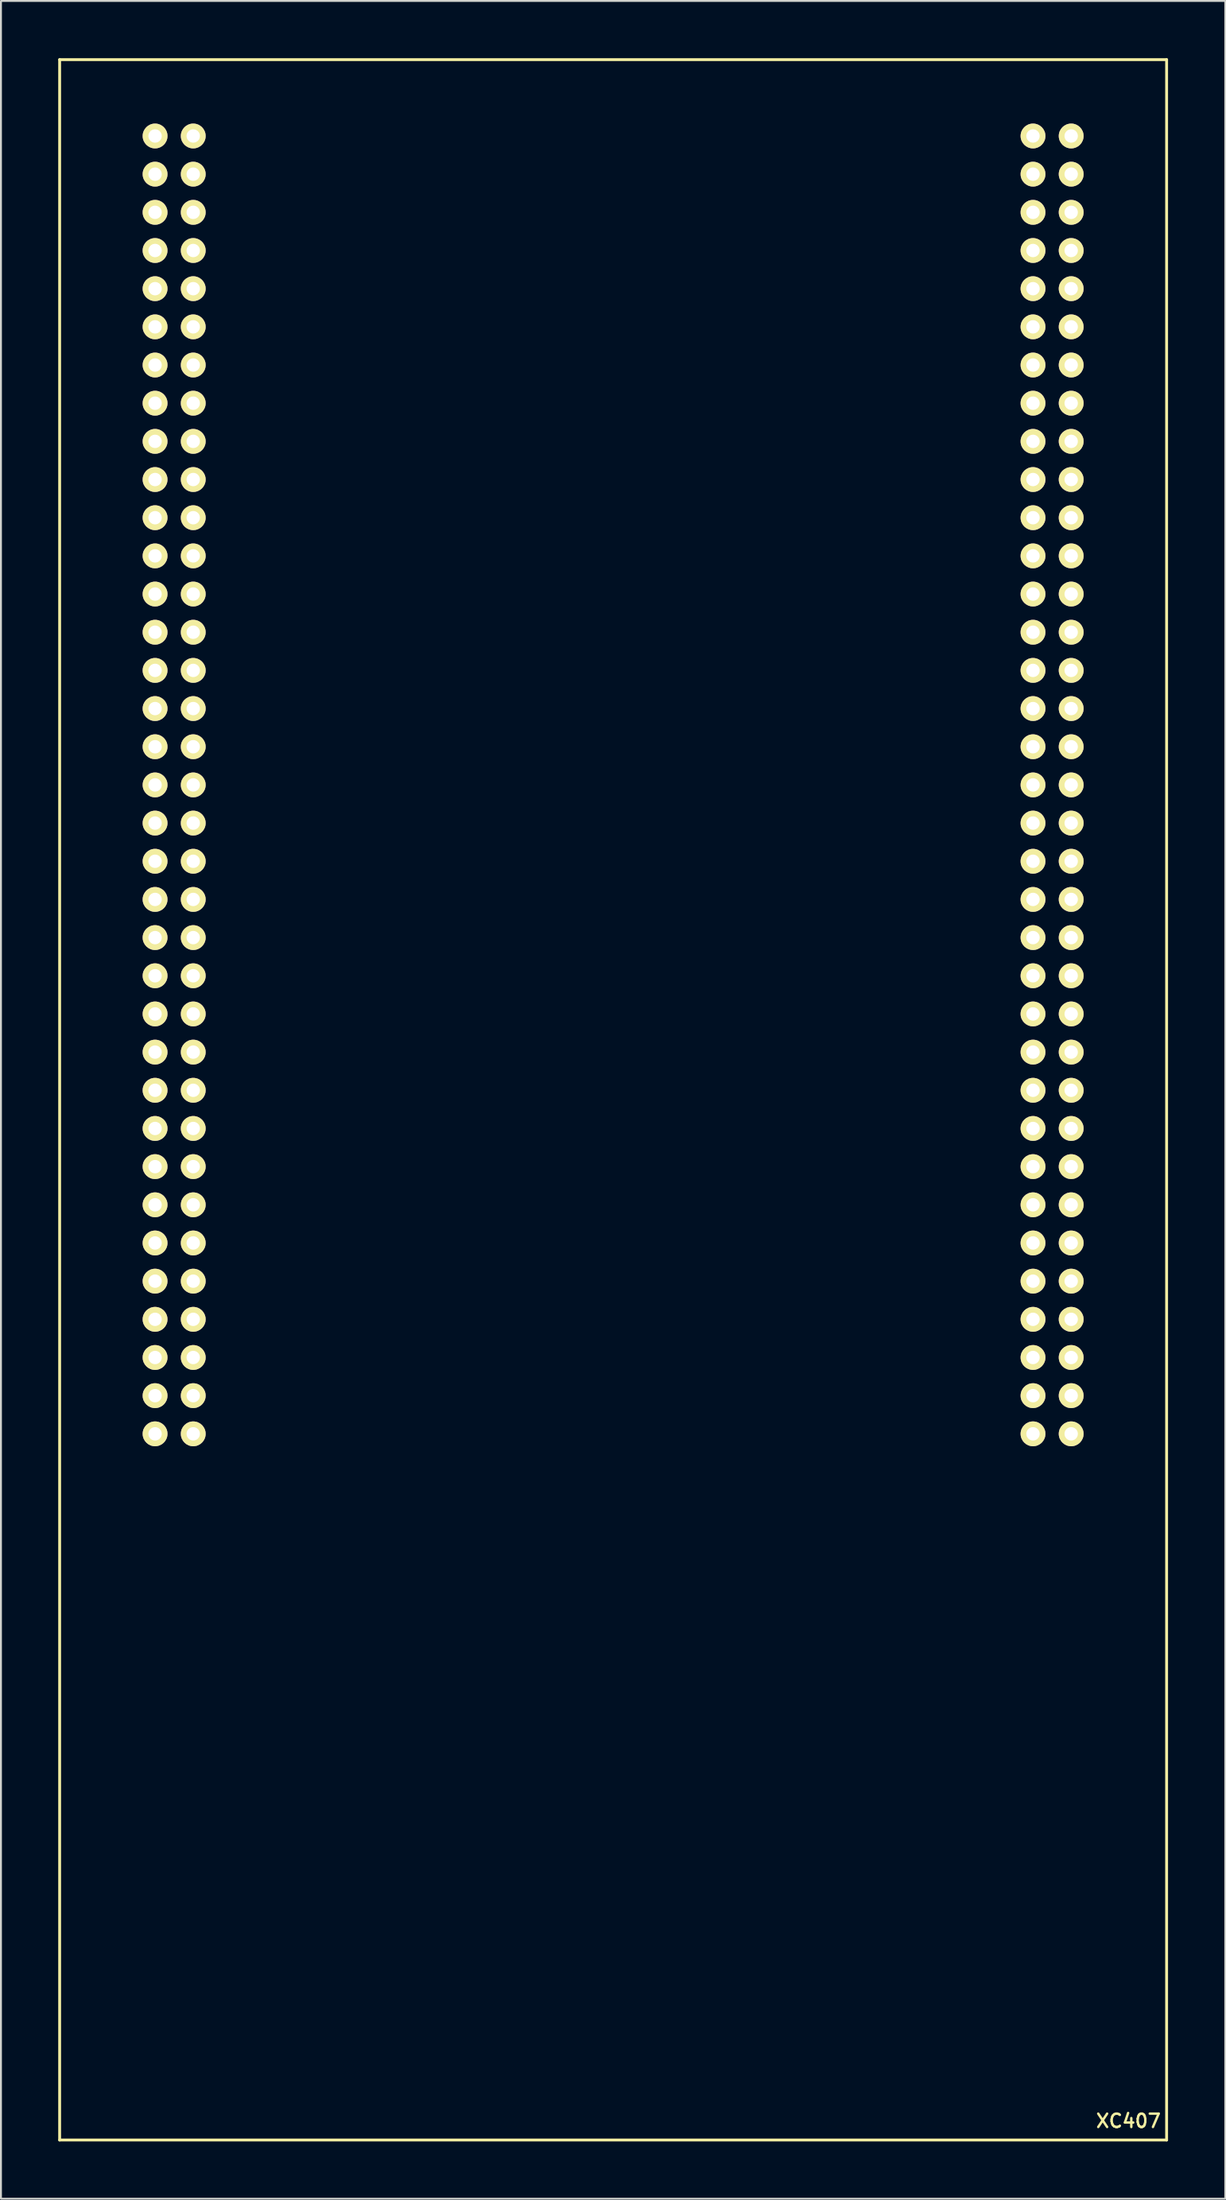
<source format=kicad_pcb>
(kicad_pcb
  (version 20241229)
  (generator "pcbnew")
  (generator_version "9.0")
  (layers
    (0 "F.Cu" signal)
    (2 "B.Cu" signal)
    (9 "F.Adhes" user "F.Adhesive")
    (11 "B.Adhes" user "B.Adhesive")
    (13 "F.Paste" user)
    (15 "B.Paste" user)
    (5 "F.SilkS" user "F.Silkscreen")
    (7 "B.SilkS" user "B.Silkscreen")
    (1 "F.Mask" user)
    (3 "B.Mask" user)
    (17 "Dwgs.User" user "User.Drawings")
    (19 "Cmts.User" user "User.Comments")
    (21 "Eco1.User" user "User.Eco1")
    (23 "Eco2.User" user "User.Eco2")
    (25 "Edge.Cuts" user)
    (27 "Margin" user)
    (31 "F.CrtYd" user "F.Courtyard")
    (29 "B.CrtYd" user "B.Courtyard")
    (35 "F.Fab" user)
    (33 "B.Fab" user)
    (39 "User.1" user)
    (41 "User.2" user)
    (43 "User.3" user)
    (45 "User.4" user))
  (footprint "XC407"
    (layer "F.Cu")
    (at 29.075 72.075)
    (property "Reference" "XC407" (at 27 36 0) (layer "F.SilkS") (effects (font (size 0.7 0.7) (thickness 0.127))))
    (attr through_hole)
    (fp_line (start -29 -72) (end 29 -72) (stroke (width 0.15) (type solid)) (layer "F.SilkS"))
    (fp_line (start -29 37) (end -29 -72) (stroke (width 0.15) (type solid)) (layer "F.SilkS"))
    (fp_line (start 29 -72) (end 29 37) (stroke (width 0.15) (type solid)) (layer "F.SilkS"))
    (fp_line (start 29 37) (end -29 37) (stroke (width 0.15) (type solid)) (layer "F.SilkS"))
    (pad "1" thru_hole circle (at 24 0 270) (size 1.3 1.3) (drill 0.7) (layers "*.Cu" "*.Mask" "F.SilkS"))
    (pad "2" thru_hole circle (at 22 0 270) (size 1.3 1.3) (drill 0.7) (layers "*.Cu" "*.Mask" "F.SilkS"))
    (pad "3" thru_hole circle (at 24 -2 270) (size 1.3 1.3) (drill 0.7) (layers "*.Cu" "*.Mask" "F.SilkS"))
    (pad "4" thru_hole circle (at 22 -2 270) (size 1.3 1.3) (drill 0.7) (layers "*.Cu" "*.Mask" "F.SilkS"))
    (pad "5" thru_hole circle (at 24 -4 270) (size 1.3 1.3) (drill 0.7) (layers "*.Cu" "*.Mask" "F.SilkS"))
    (pad "6" thru_hole circle (at 22 -4 270) (size 1.3 1.3) (drill 0.7) (layers "*.Cu" "*.Mask" "F.SilkS"))
    (pad "7" thru_hole circle (at 24 -6 270) (size 1.3 1.3) (drill 0.7) (layers "*.Cu" "*.Mask" "F.SilkS"))
    (pad "8" thru_hole circle (at 22 -6 270) (size 1.3 1.3) (drill 0.7) (layers "*.Cu" "*.Mask" "F.SilkS"))
    (pad "9" thru_hole circle (at 24 -8 270) (size 1.3 1.3) (drill 0.7) (layers "*.Cu" "*.Mask" "F.SilkS"))
    (pad "10" thru_hole circle (at 22 -8 270) (size 1.3 1.3) (drill 0.7) (layers "*.Cu" "*.Mask" "F.SilkS"))
    (pad "11" thru_hole circle (at 24 -10 270) (size 1.3 1.3) (drill 0.7) (layers "*.Cu" "*.Mask" "F.SilkS"))
    (pad "12" thru_hole circle (at 22 -10 270) (size 1.3 1.3) (drill 0.7) (layers "*.Cu" "*.Mask" "F.SilkS"))
    (pad "13" thru_hole circle (at 24 -12 270) (size 1.3 1.3) (drill 0.7) (layers "*.Cu" "*.Mask" "F.SilkS"))
    (pad "14" thru_hole circle (at 22 -12 270) (size 1.3 1.3) (drill 0.7) (layers "*.Cu" "*.Mask" "F.SilkS"))
    (pad "15" thru_hole circle (at 24 -14 270) (size 1.3 1.3) (drill 0.7) (layers "*.Cu" "*.Mask" "F.SilkS"))
    (pad "16" thru_hole circle (at 22 -14 270) (size 1.3 1.3) (drill 0.7) (layers "*.Cu" "*.Mask" "F.SilkS"))
    (pad "17" thru_hole circle (at 24 -16 270) (size 1.3 1.3) (drill 0.7) (layers "*.Cu" "*.Mask" "F.SilkS"))
    (pad "18" thru_hole circle (at 22 -16 270) (size 1.3 1.3) (drill 0.7) (layers "*.Cu" "*.Mask" "F.SilkS"))
    (pad "19" thru_hole circle (at 24 -18 270) (size 1.3 1.3) (drill 0.7) (layers "*.Cu" "*.Mask" "F.SilkS"))
    (pad "20" thru_hole circle (at 22 -18 270) (size 1.3 1.3) (drill 0.7) (layers "*.Cu" "*.Mask" "F.SilkS"))
    (pad "21" thru_hole circle (at 24 -20 270) (size 1.3 1.3) (drill 0.7) (layers "*.Cu" "*.Mask" "F.SilkS"))
    (pad "22" thru_hole circle (at 22 -20 270) (size 1.3 1.3) (drill 0.7) (layers "*.Cu" "*.Mask" "F.SilkS"))
    (pad "23" thru_hole circle (at 24 -22 270) (size 1.3 1.3) (drill 0.7) (layers "*.Cu" "*.Mask" "F.SilkS"))
    (pad "24" thru_hole circle (at 22 -22 270) (size 1.3 1.3) (drill 0.7) (layers "*.Cu" "*.Mask" "F.SilkS"))
    (pad "25" thru_hole circle (at 24 -24 270) (size 1.3 1.3) (drill 0.7) (layers "*.Cu" "*.Mask" "F.SilkS"))
    (pad "26" thru_hole circle (at 22 -24 270) (size 1.3 1.3) (drill 0.7) (layers "*.Cu" "*.Mask" "F.SilkS"))
    (pad "27" thru_hole circle (at 24 -26 270) (size 1.3 1.3) (drill 0.7) (layers "*.Cu" "*.Mask" "F.SilkS"))
    (pad "28" thru_hole circle (at 22 -26 270) (size 1.3 1.3) (drill 0.7) (layers "*.Cu" "*.Mask" "F.SilkS"))
    (pad "29" thru_hole circle (at 24 -28 270) (size 1.3 1.3) (drill 0.7) (layers "*.Cu" "*.Mask" "F.SilkS"))
    (pad "30" thru_hole circle (at 22 -28 270) (size 1.3 1.3) (drill 0.7) (layers "*.Cu" "*.Mask" "F.SilkS"))
    (pad "31" thru_hole circle (at 24 -30 270) (size 1.3 1.3) (drill 0.7) (layers "*.Cu" "*.Mask" "F.SilkS"))
    (pad "32" thru_hole circle (at 22 -30 270) (size 1.3 1.3) (drill 0.7) (layers "*.Cu" "*.Mask" "F.SilkS"))
    (pad "33" thru_hole circle (at 24 -32 270) (size 1.3 1.3) (drill 0.7) (layers "*.Cu" "*.Mask" "F.SilkS"))
    (pad "34" thru_hole circle (at 22 -32 270) (size 1.3 1.3) (drill 0.7) (layers "*.Cu" "*.Mask" "F.SilkS"))
    (pad "35" thru_hole circle (at 24 -34 270) (size 1.3 1.3) (drill 0.7) (layers "*.Cu" "*.Mask" "F.SilkS"))
    (pad "36" thru_hole circle (at 22 -34 270) (size 1.3 1.3) (drill 0.7) (layers "*.Cu" "*.Mask" "F.SilkS"))
    (pad "37" thru_hole circle (at 24 -36 270) (size 1.3 1.3) (drill 0.7) (layers "*.Cu" "*.Mask" "F.SilkS"))
    (pad "38" thru_hole circle (at 22 -36 270) (size 1.3 1.3) (drill 0.7) (layers "*.Cu" "*.Mask" "F.SilkS"))
    (pad "39" thru_hole circle (at 24 -38 270) (size 1.3 1.3) (drill 0.7) (layers "*.Cu" "*.Mask" "F.SilkS"))
    (pad "40" thru_hole circle (at 22 -38 270) (size 1.3 1.3) (drill 0.7) (layers "*.Cu" "*.Mask" "F.SilkS"))
    (pad "41" thru_hole circle (at 24 -40 270) (size 1.3 1.3) (drill 0.7) (layers "*.Cu" "*.Mask" "F.SilkS"))
    (pad "42" thru_hole circle (at 22 -40 270) (size 1.3 1.3) (drill 0.7) (layers "*.Cu" "*.Mask" "F.SilkS"))
    (pad "43" thru_hole circle (at 24 -42 270) (size 1.3 1.3) (drill 0.7) (layers "*.Cu" "*.Mask" "F.SilkS"))
    (pad "44" thru_hole circle (at 22 -42 270) (size 1.3 1.3) (drill 0.7) (layers "*.Cu" "*.Mask" "F.SilkS"))
    (pad "45" thru_hole circle (at 24 -44 270) (size 1.3 1.3) (drill 0.7) (layers "*.Cu" "*.Mask" "F.SilkS"))
    (pad "46" thru_hole circle (at 22 -44 270) (size 1.3 1.3) (drill 0.7) (layers "*.Cu" "*.Mask" "F.SilkS"))
    (pad "47" thru_hole circle (at 24 -46 270) (size 1.3 1.3) (drill 0.7) (layers "*.Cu" "*.Mask" "F.SilkS"))
    (pad "48" thru_hole circle (at 22 -46 270) (size 1.3 1.3) (drill 0.7) (layers "*.Cu" "*.Mask" "F.SilkS"))
    (pad "49" thru_hole circle (at 24 -48 270) (size 1.3 1.3) (drill 0.7) (layers "*.Cu" "*.Mask" "F.SilkS"))
    (pad "50" thru_hole circle (at 22 -48 270) (size 1.3 1.3) (drill 0.7) (layers "*.Cu" "*.Mask" "F.SilkS"))
    (pad "51" thru_hole circle (at 24 -50 270) (size 1.3 1.3) (drill 0.7) (layers "*.Cu" "*.Mask" "F.SilkS"))
    (pad "52" thru_hole circle (at 22 -50 270) (size 1.3 1.3) (drill 0.7) (layers "*.Cu" "*.Mask" "F.SilkS"))
    (pad "53" thru_hole circle (at 24 -52 270) (size 1.3 1.3) (drill 0.7) (layers "*.Cu" "*.Mask" "F.SilkS"))
    (pad "54" thru_hole circle (at 22 -52 270) (size 1.3 1.3) (drill 0.7) (layers "*.Cu" "*.Mask" "F.SilkS"))
    (pad "55" thru_hole circle (at 24 -54 270) (size 1.3 1.3) (drill 0.7) (layers "*.Cu" "*.Mask" "F.SilkS"))
    (pad "56" thru_hole circle (at 22 -54 270) (size 1.3 1.3) (drill 0.7) (layers "*.Cu" "*.Mask" "F.SilkS"))
    (pad "57" thru_hole circle (at 24 -56 270) (size 1.3 1.3) (drill 0.7) (layers "*.Cu" "*.Mask" "F.SilkS"))
    (pad "58" thru_hole circle (at 22 -56 270) (size 1.3 1.3) (drill 0.7) (layers "*.Cu" "*.Mask" "F.SilkS"))
    (pad "59" thru_hole circle (at 24 -58 270) (size 1.3 1.3) (drill 0.7) (layers "*.Cu" "*.Mask" "F.SilkS"))
    (pad "60" thru_hole circle (at 22 -58 270) (size 1.3 1.3) (drill 0.7) (layers "*.Cu" "*.Mask" "F.SilkS"))
    (pad "61" thru_hole circle (at 24 -60 270) (size 1.3 1.3) (drill 0.7) (layers "*.Cu" "*.Mask" "F.SilkS"))
    (pad "62" thru_hole circle (at 22 -60 270) (size 1.3 1.3) (drill 0.7) (layers "*.Cu" "*.Mask" "F.SilkS"))
    (pad "63" thru_hole circle (at 24 -62 270) (size 1.3 1.3) (drill 0.7) (layers "*.Cu" "*.Mask" "F.SilkS"))
    (pad "64" thru_hole circle (at 22 -62 270) (size 1.3 1.3) (drill 0.7) (layers "*.Cu" "*.Mask" "F.SilkS"))
    (pad "65" thru_hole circle (at 24 -64 270) (size 1.3 1.3) (drill 0.7) (layers "*.Cu" "*.Mask" "F.SilkS"))
    (pad "66" thru_hole circle (at 22 -64 270) (size 1.3 1.3) (drill 0.7) (layers "*.Cu" "*.Mask" "F.SilkS"))
    (pad "67" thru_hole circle (at 24 -66 270) (size 1.3 1.3) (drill 0.7) (layers "*.Cu" "*.Mask" "F.SilkS"))
    (pad "68" thru_hole circle (at 22 -66 270) (size 1.3 1.3) (drill 0.7) (layers "*.Cu" "*.Mask" "F.SilkS"))
    (pad "69" thru_hole circle (at 24 -68 270) (size 1.3 1.3) (drill 0.7) (layers "*.Cu" "*.Mask" "F.SilkS"))
    (pad "70" thru_hole circle (at 22 -68 270) (size 1.3 1.3) (drill 0.7) (layers "*.Cu" "*.Mask" "F.SilkS"))
    (pad "71" thru_hole circle (at -24 -68 270) (size 1.3 1.3) (drill 0.7) (layers "*.Cu" "*.Mask" "F.SilkS"))
    (pad "72" thru_hole circle (at -22 -68 270) (size 1.3 1.3) (drill 0.7) (layers "*.Cu" "*.Mask" "F.SilkS"))
    (pad "73" thru_hole circle (at -24 -66 270) (size 1.3 1.3) (drill 0.7) (layers "*.Cu" "*.Mask" "F.SilkS"))
    (pad "74" thru_hole circle (at -22 -66 270) (size 1.3 1.3) (drill 0.7) (layers "*.Cu" "*.Mask" "F.SilkS"))
    (pad "75" thru_hole circle (at -24 -64 270) (size 1.3 1.3) (drill 0.7) (layers "*.Cu" "*.Mask" "F.SilkS"))
    (pad "76" thru_hole circle (at -22 -64 270) (size 1.3 1.3) (drill 0.7) (layers "*.Cu" "*.Mask" "F.SilkS"))
    (pad "77" thru_hole circle (at -24 -62 270) (size 1.3 1.3) (drill 0.7) (layers "*.Cu" "*.Mask" "F.SilkS"))
    (pad "78" thru_hole circle (at -22 -62 270) (size 1.3 1.3) (drill 0.7) (layers "*.Cu" "*.Mask" "F.SilkS"))
    (pad "79" thru_hole circle (at -24 -60 270) (size 1.3 1.3) (drill 0.7) (layers "*.Cu" "*.Mask" "F.SilkS"))
    (pad "80" thru_hole circle (at -22 -60 270) (size 1.3 1.3) (drill 0.7) (layers "*.Cu" "*.Mask" "F.SilkS"))
    (pad "81" thru_hole circle (at -24 -58 270) (size 1.3 1.3) (drill 0.7) (layers "*.Cu" "*.Mask" "F.SilkS"))
    (pad "82" thru_hole circle (at -22 -58 270) (size 1.3 1.3) (drill 0.7) (layers "*.Cu" "*.Mask" "F.SilkS"))
    (pad "83" thru_hole circle (at -24 -56 270) (size 1.3 1.3) (drill 0.7) (layers "*.Cu" "*.Mask" "F.SilkS"))
    (pad "84" thru_hole circle (at -22 -56 270) (size 1.3 1.3) (drill 0.7) (layers "*.Cu" "*.Mask" "F.SilkS"))
    (pad "85" thru_hole circle (at -24 -54 270) (size 1.3 1.3) (drill 0.7) (layers "*.Cu" "*.Mask" "F.SilkS"))
    (pad "86" thru_hole circle (at -22 -54 270) (size 1.3 1.3) (drill 0.7) (layers "*.Cu" "*.Mask" "F.SilkS"))
    (pad "87" thru_hole circle (at -24 -52 270) (size 1.3 1.3) (drill 0.7) (layers "*.Cu" "*.Mask" "F.SilkS"))
    (pad "88" thru_hole circle (at -22 -52 270) (size 1.3 1.3) (drill 0.7) (layers "*.Cu" "*.Mask" "F.SilkS"))
    (pad "89" thru_hole circle (at -24 -50 270) (size 1.3 1.3) (drill 0.7) (layers "*.Cu" "*.Mask" "F.SilkS"))
    (pad "90" thru_hole circle (at -22 -50 270) (size 1.3 1.3) (drill 0.7) (layers "*.Cu" "*.Mask" "F.SilkS"))
    (pad "91" thru_hole circle (at -24 -48 270) (size 1.3 1.3) (drill 0.7) (layers "*.Cu" "*.Mask" "F.SilkS"))
    (pad "92" thru_hole circle (at -22 -48 270) (size 1.3 1.3) (drill 0.7) (layers "*.Cu" "*.Mask" "F.SilkS"))
    (pad "93" thru_hole circle (at -24 -46 270) (size 1.3 1.3) (drill 0.7) (layers "*.Cu" "*.Mask" "F.SilkS"))
    (pad "94" thru_hole circle (at -22 -46 270) (size 1.3 1.3) (drill 0.7) (layers "*.Cu" "*.Mask" "F.SilkS"))
    (pad "95" thru_hole circle (at -24 -44 270) (size 1.3 1.3) (drill 0.7) (layers "*.Cu" "*.Mask" "F.SilkS"))
    (pad "96" thru_hole circle (at -22 -44 270) (size 1.3 1.3) (drill 0.7) (layers "*.Cu" "*.Mask" "F.SilkS"))
    (pad "97" thru_hole circle (at -24 -42 270) (size 1.3 1.3) (drill 0.7) (layers "*.Cu" "*.Mask" "F.SilkS"))
    (pad "98" thru_hole circle (at -22 -42 270) (size 1.3 1.3) (drill 0.7) (layers "*.Cu" "*.Mask" "F.SilkS"))
    (pad "99" thru_hole circle (at -24 -40 270) (size 1.3 1.3) (drill 0.7) (layers "*.Cu" "*.Mask" "F.SilkS"))
    (pad "100" thru_hole circle (at -22 -40 270) (size 1.3 1.3) (drill 0.7) (layers "*.Cu" "*.Mask" "F.SilkS"))
    (pad "101" thru_hole circle (at -24 -38 270) (size 1.3 1.3) (drill 0.7) (layers "*.Cu" "*.Mask" "F.SilkS"))
    (pad "102" thru_hole circle (at -22 -38 270) (size 1.3 1.3) (drill 0.7) (layers "*.Cu" "*.Mask" "F.SilkS"))
    (pad "103" thru_hole circle (at -24 -36 270) (size 1.3 1.3) (drill 0.7) (layers "*.Cu" "*.Mask" "F.SilkS"))
    (pad "104" thru_hole circle (at -22 -36 270) (size 1.3 1.3) (drill 0.7) (layers "*.Cu" "*.Mask" "F.SilkS"))
    (pad "105" thru_hole circle (at -24 -34 270) (size 1.3 1.3) (drill 0.7) (layers "*.Cu" "*.Mask" "F.SilkS"))
    (pad "106" thru_hole circle (at -22 -34 270) (size 1.3 1.3) (drill 0.7) (layers "*.Cu" "*.Mask" "F.SilkS"))
    (pad "107" thru_hole circle (at -24 -32 270) (size 1.3 1.3) (drill 0.7) (layers "*.Cu" "*.Mask" "F.SilkS"))
    (pad "108" thru_hole circle (at -22 -32 270) (size 1.3 1.3) (drill 0.7) (layers "*.Cu" "*.Mask" "F.SilkS"))
    (pad "109" thru_hole circle (at -24 -30 270) (size 1.3 1.3) (drill 0.7) (layers "*.Cu" "*.Mask" "F.SilkS"))
    (pad "110" thru_hole circle (at -22 -30 270) (size 1.3 1.3) (drill 0.7) (layers "*.Cu" "*.Mask" "F.SilkS"))
    (pad "111" thru_hole circle (at -24 -28 270) (size 1.3 1.3) (drill 0.7) (layers "*.Cu" "*.Mask" "F.SilkS"))
    (pad "112" thru_hole circle (at -22 -28 270) (size 1.3 1.3) (drill 0.7) (layers "*.Cu" "*.Mask" "F.SilkS"))
    (pad "113" thru_hole circle (at -24 -26 270) (size 1.3 1.3) (drill 0.7) (layers "*.Cu" "*.Mask" "F.SilkS"))
    (pad "114" thru_hole circle (at -22 -26 270) (size 1.3 1.3) (drill 0.7) (layers "*.Cu" "*.Mask" "F.SilkS"))
    (pad "115" thru_hole circle (at -24 -24 270) (size 1.3 1.3) (drill 0.7) (layers "*.Cu" "*.Mask" "F.SilkS"))
    (pad "116" thru_hole circle (at -22 -24 270) (size 1.3 1.3) (drill 0.7) (layers "*.Cu" "*.Mask" "F.SilkS"))
    (pad "117" thru_hole circle (at -24 -22 270) (size 1.3 1.3) (drill 0.7) (layers "*.Cu" "*.Mask" "F.SilkS"))
    (pad "118" thru_hole circle (at -22 -22 270) (size 1.3 1.3) (drill 0.7) (layers "*.Cu" "*.Mask" "F.SilkS"))
    (pad "119" thru_hole circle (at -24 -20 270) (size 1.3 1.3) (drill 0.7) (layers "*.Cu" "*.Mask" "F.SilkS"))
    (pad "120" thru_hole circle (at -22 -20 270) (size 1.3 1.3) (drill 0.7) (layers "*.Cu" "*.Mask" "F.SilkS"))
    (pad "121" thru_hole circle (at -24 -18 270) (size 1.3 1.3) (drill 0.7) (layers "*.Cu" "*.Mask" "F.SilkS"))
    (pad "122" thru_hole circle (at -22 -18 270) (size 1.3 1.3) (drill 0.7) (layers "*.Cu" "*.Mask" "F.SilkS"))
    (pad "123" thru_hole circle (at -24 -16 270) (size 1.3 1.3) (drill 0.7) (layers "*.Cu" "*.Mask" "F.SilkS"))
    (pad "124" thru_hole circle (at -22 -16 270) (size 1.3 1.3) (drill 0.7) (layers "*.Cu" "*.Mask" "F.SilkS"))
    (pad "125" thru_hole circle (at -24 -14 270) (size 1.3 1.3) (drill 0.7) (layers "*.Cu" "*.Mask" "F.SilkS"))
    (pad "126" thru_hole circle (at -22 -14 270) (size 1.3 1.3) (drill 0.7) (layers "*.Cu" "*.Mask" "F.SilkS"))
    (pad "127" thru_hole circle (at -24 -12 270) (size 1.3 1.3) (drill 0.7) (layers "*.Cu" "*.Mask" "F.SilkS"))
    (pad "128" thru_hole circle (at -22 -12 270) (size 1.3 1.3) (drill 0.7) (layers "*.Cu" "*.Mask" "F.SilkS"))
    (pad "129" thru_hole circle (at -24 -10 270) (size 1.3 1.3) (drill 0.7) (layers "*.Cu" "*.Mask" "F.SilkS"))
    (pad "130" thru_hole circle (at -22 -10 270) (size 1.3 1.3) (drill 0.7) (layers "*.Cu" "*.Mask" "F.SilkS"))
    (pad "131" thru_hole circle (at -24 -8 270) (size 1.3 1.3) (drill 0.7) (layers "*.Cu" "*.Mask" "F.SilkS"))
    (pad "132" thru_hole circle (at -22 -8 270) (size 1.3 1.3) (drill 0.7) (layers "*.Cu" "*.Mask" "F.SilkS"))
    (pad "133" thru_hole circle (at -24 -6 270) (size 1.3 1.3) (drill 0.7) (layers "*.Cu" "*.Mask" "F.SilkS"))
    (pad "134" thru_hole circle (at -22 -6 270) (size 1.3 1.3) (drill 0.7) (layers "*.Cu" "*.Mask" "F.SilkS"))
    (pad "135" thru_hole circle (at -24 -4 270) (size 1.3 1.3) (drill 0.7) (layers "*.Cu" "*.Mask" "F.SilkS"))
    (pad "136" thru_hole circle (at -22 -4 270) (size 1.3 1.3) (drill 0.7) (layers "*.Cu" "*.Mask" "F.SilkS"))
    (pad "137" thru_hole circle (at -24 -2 270) (size 1.3 1.3) (drill 0.7) (layers "*.Cu" "*.Mask" "F.SilkS"))
    (pad "138" thru_hole circle (at -22 -2 270) (size 1.3 1.3) (drill 0.7) (layers "*.Cu" "*.Mask" "F.SilkS"))
    (pad "139" thru_hole circle (at -24 0 270) (size 1.3 1.3) (drill 0.7) (layers "*.Cu" "*.Mask" "F.SilkS"))
    (pad "140" thru_hole circle (at -22 0 270) (size 1.3 1.3) (drill 0.7) (layers "*.Cu" "*.Mask" "F.SilkS")))
  (gr_rect
    (start -3 -3)
    (end 61.15 112.15)
    (stroke (width 0.1) (type default))
    (fill no)
    (layer "Edge.Cuts")))
</source>
